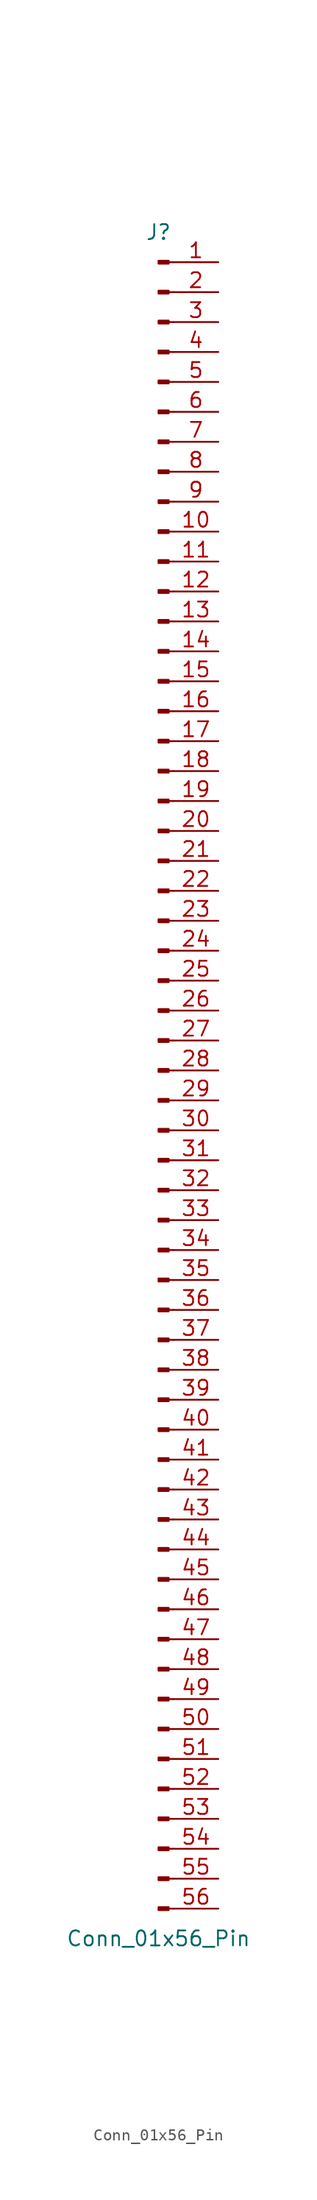
<source format=kicad_sym>
(kicad_symbol_lib
  (version 20220914)
  (generator kicad_symbol_editor)
  (symbol "Conn_01x56_Pin"
    (pin_names
      (offset 1.016) hide)
    (property "Reference" "J"
      (at 0 71.12 0)
      (effects (font (size 1.27 1.27))))
    (property "Value" "Conn_01x56_Pin"
      (at 0 -73.66 0)
      (effects (font (size 1.27 1.27))))
    (property "ki_locked" ""
      (at 0 0 0)
      (effects (font (size 1.27 1.27))))
    (symbol "Conn_01x56_Pin_1_1"
      (polyline (pts (xy 1.27 -71.12) (xy 0.864 -71.12)) (stroke (width 0.152) (type default)) (fill (type none)))
      (polyline (pts (xy 1.27 -68.58) (xy 0.864 -68.58)) (stroke (width 0.152) (type default)) (fill (type none)))
      (polyline (pts (xy 1.27 -66.04) (xy 0.864 -66.04)) (stroke (width 0.152) (type default)) (fill (type none)))
      (polyline (pts (xy 1.27 -63.5) (xy 0.864 -63.5)) (stroke (width 0.152) (type default)) (fill (type none)))
      (polyline (pts (xy 1.27 -60.96) (xy 0.864 -60.96)) (stroke (width 0.152) (type default)) (fill (type none)))
      (polyline (pts (xy 1.27 -58.42) (xy 0.864 -58.42)) (stroke (width 0.152) (type default)) (fill (type none)))
      (polyline (pts (xy 1.27 -55.88) (xy 0.864 -55.88)) (stroke (width 0.152) (type default)) (fill (type none)))
      (polyline (pts (xy 1.27 -53.34) (xy 0.864 -53.34)) (stroke (width 0.152) (type default)) (fill (type none)))
      (polyline (pts (xy 1.27 -50.8) (xy 0.864 -50.8)) (stroke (width 0.152) (type default)) (fill (type none)))
      (polyline (pts (xy 1.27 -48.26) (xy 0.864 -48.26)) (stroke (width 0.152) (type default)) (fill (type none)))
      (polyline (pts (xy 1.27 -45.72) (xy 0.864 -45.72)) (stroke (width 0.152) (type default)) (fill (type none)))
      (polyline (pts (xy 1.27 -43.18) (xy 0.864 -43.18)) (stroke (width 0.152) (type default)) (fill (type none)))
      (polyline (pts (xy 1.27 -40.64) (xy 0.864 -40.64)) (stroke (width 0.152) (type default)) (fill (type none)))
      (polyline (pts (xy 1.27 -38.1) (xy 0.864 -38.1)) (stroke (width 0.152) (type default)) (fill (type none)))
      (polyline (pts (xy 1.27 -35.56) (xy 0.864 -35.56)) (stroke (width 0.152) (type default)) (fill (type none)))
      (polyline (pts (xy 1.27 -33.02) (xy 0.864 -33.02)) (stroke (width 0.152) (type default)) (fill (type none)))
      (polyline (pts (xy 1.27 -30.48) (xy 0.864 -30.48)) (stroke (width 0.152) (type default)) (fill (type none)))
      (polyline (pts (xy 1.27 -27.94) (xy 0.864 -27.94)) (stroke (width 0.152) (type default)) (fill (type none)))
      (polyline (pts (xy 1.27 -25.4) (xy 0.864 -25.4)) (stroke (width 0.152) (type default)) (fill (type none)))
      (polyline (pts (xy 1.27 -22.86) (xy 0.864 -22.86)) (stroke (width 0.152) (type default)) (fill (type none)))
      (polyline (pts (xy 1.27 -20.32) (xy 0.864 -20.32)) (stroke (width 0.152) (type default)) (fill (type none)))
      (polyline (pts (xy 1.27 -17.78) (xy 0.864 -17.78)) (stroke (width 0.152) (type default)) (fill (type none)))
      (polyline (pts (xy 1.27 -15.24) (xy 0.864 -15.24)) (stroke (width 0.152) (type default)) (fill (type none)))
      (polyline (pts (xy 1.27 -12.7) (xy 0.864 -12.7)) (stroke (width 0.152) (type default)) (fill (type none)))
      (polyline (pts (xy 1.27 -10.16) (xy 0.864 -10.16)) (stroke (width 0.152) (type default)) (fill (type none)))
      (polyline (pts (xy 1.27 -7.62) (xy 0.864 -7.62)) (stroke (width 0.152) (type default)) (fill (type none)))
      (polyline (pts (xy 1.27 -5.08) (xy 0.864 -5.08)) (stroke (width 0.152) (type default)) (fill (type none)))
      (polyline (pts (xy 1.27 -2.54) (xy 0.864 -2.54)) (stroke (width 0.152) (type default)) (fill (type none)))
      (polyline (pts (xy 1.27 0) (xy 0.864 0)) (stroke (width 0.152) (type default)) (fill (type none)))
      (polyline (pts (xy 1.27 2.54) (xy 0.864 2.54)) (stroke (width 0.152) (type default)) (fill (type none)))
      (polyline (pts (xy 1.27 5.08) (xy 0.864 5.08)) (stroke (width 0.152) (type default)) (fill (type none)))
      (polyline (pts (xy 1.27 7.62) (xy 0.864 7.62)) (stroke (width 0.152) (type default)) (fill (type none)))
      (polyline (pts (xy 1.27 10.16) (xy 0.864 10.16)) (stroke (width 0.152) (type default)) (fill (type none)))
      (polyline (pts (xy 1.27 12.7) (xy 0.864 12.7)) (stroke (width 0.152) (type default)) (fill (type none)))
      (polyline (pts (xy 1.27 15.24) (xy 0.864 15.24)) (stroke (width 0.152) (type default)) (fill (type none)))
      (polyline (pts (xy 1.27 17.78) (xy 0.864 17.78)) (stroke (width 0.152) (type default)) (fill (type none)))
      (polyline (pts (xy 1.27 20.32) (xy 0.864 20.32)) (stroke (width 0.152) (type default)) (fill (type none)))
      (polyline (pts (xy 1.27 22.86) (xy 0.864 22.86)) (stroke (width 0.152) (type default)) (fill (type none)))
      (polyline (pts (xy 1.27 25.4) (xy 0.864 25.4)) (stroke (width 0.152) (type default)) (fill (type none)))
      (polyline (pts (xy 1.27 27.94) (xy 0.864 27.94)) (stroke (width 0.152) (type default)) (fill (type none)))
      (polyline (pts (xy 1.27 30.48) (xy 0.864 30.48)) (stroke (width 0.152) (type default)) (fill (type none)))
      (polyline (pts (xy 1.27 33.02) (xy 0.864 33.02)) (stroke (width 0.152) (type default)) (fill (type none)))
      (polyline (pts (xy 1.27 35.56) (xy 0.864 35.56)) (stroke (width 0.152) (type default)) (fill (type none)))
      (polyline (pts (xy 1.27 38.1) (xy 0.864 38.1)) (stroke (width 0.152) (type default)) (fill (type none)))
      (polyline (pts (xy 1.27 40.64) (xy 0.864 40.64)) (stroke (width 0.152) (type default)) (fill (type none)))
      (polyline (pts (xy 1.27 43.18) (xy 0.864 43.18)) (stroke (width 0.152) (type default)) (fill (type none)))
      (polyline (pts (xy 1.27 45.72) (xy 0.864 45.72)) (stroke (width 0.152) (type default)) (fill (type none)))
      (polyline (pts (xy 1.27 48.26) (xy 0.864 48.26)) (stroke (width 0.152) (type default)) (fill (type none)))
      (polyline (pts (xy 1.27 50.8) (xy 0.864 50.8)) (stroke (width 0.152) (type default)) (fill (type none)))
      (polyline (pts (xy 1.27 53.34) (xy 0.864 53.34)) (stroke (width 0.152) (type default)) (fill (type none)))
      (polyline (pts (xy 1.27 55.88) (xy 0.864 55.88)) (stroke (width 0.152) (type default)) (fill (type none)))
      (polyline (pts (xy 1.27 58.42) (xy 0.864 58.42)) (stroke (width 0.152) (type default)) (fill (type none)))
      (polyline (pts (xy 1.27 60.96) (xy 0.864 60.96)) (stroke (width 0.152) (type default)) (fill (type none)))
      (polyline (pts (xy 1.27 63.5) (xy 0.864 63.5)) (stroke (width 0.152) (type default)) (fill (type none)))
      (polyline (pts (xy 1.27 66.04) (xy 0.864 66.04)) (stroke (width 0.152) (type default)) (fill (type none)))
      (polyline (pts (xy 1.27 68.58) (xy 0.864 68.58)) (stroke (width 0.152) (type default)) (fill (type none)))
      (rectangle (start 0.864 -70.993) (end 0 -71.247) (stroke (width 0.152) (type default)) (fill (type outline)))
      (rectangle (start 0.864 -68.453) (end 0 -68.707) (stroke (width 0.152) (type default)) (fill (type outline)))
      (rectangle (start 0.864 -65.913) (end 0 -66.167) (stroke (width 0.152) (type default)) (fill (type outline)))
      (rectangle (start 0.864 -63.373) (end 0 -63.627) (stroke (width 0.152) (type default)) (fill (type outline)))
      (rectangle (start 0.864 -60.833) (end 0 -61.087) (stroke (width 0.152) (type default)) (fill (type outline)))
      (rectangle (start 0.864 -58.293) (end 0 -58.547) (stroke (width 0.152) (type default)) (fill (type outline)))
      (rectangle (start 0.864 -55.753) (end 0 -56.007) (stroke (width 0.152) (type default)) (fill (type outline)))
      (rectangle (start 0.864 -53.213) (end 0 -53.467) (stroke (width 0.152) (type default)) (fill (type outline)))
      (rectangle (start 0.864 -50.673) (end 0 -50.927) (stroke (width 0.152) (type default)) (fill (type outline)))
      (rectangle (start 0.864 -48.133) (end 0 -48.387) (stroke (width 0.152) (type default)) (fill (type outline)))
      (rectangle (start 0.864 -45.593) (end 0 -45.847) (stroke (width 0.152) (type default)) (fill (type outline)))
      (rectangle (start 0.864 -43.053) (end 0 -43.307) (stroke (width 0.152) (type default)) (fill (type outline)))
      (rectangle (start 0.864 -40.513) (end 0 -40.767) (stroke (width 0.152) (type default)) (fill (type outline)))
      (rectangle (start 0.864 -37.973) (end 0 -38.227) (stroke (width 0.152) (type default)) (fill (type outline)))
      (rectangle (start 0.864 -35.433) (end 0 -35.687) (stroke (width 0.152) (type default)) (fill (type outline)))
      (rectangle (start 0.864 -32.893) (end 0 -33.147) (stroke (width 0.152) (type default)) (fill (type outline)))
      (rectangle (start 0.864 -30.353) (end 0 -30.607) (stroke (width 0.152) (type default)) (fill (type outline)))
      (rectangle (start 0.864 -27.813) (end 0 -28.067) (stroke (width 0.152) (type default)) (fill (type outline)))
      (rectangle (start 0.864 -25.273) (end 0 -25.527) (stroke (width 0.152) (type default)) (fill (type outline)))
      (rectangle (start 0.864 -22.733) (end 0 -22.987) (stroke (width 0.152) (type default)) (fill (type outline)))
      (rectangle (start 0.864 -20.193) (end 0 -20.447) (stroke (width 0.152) (type default)) (fill (type outline)))
      (rectangle (start 0.864 -17.653) (end 0 -17.907) (stroke (width 0.152) (type default)) (fill (type outline)))
      (rectangle (start 0.864 -15.113) (end 0 -15.367) (stroke (width 0.152) (type default)) (fill (type outline)))
      (rectangle (start 0.864 -12.573) (end 0 -12.827) (stroke (width 0.152) (type default)) (fill (type outline)))
      (rectangle (start 0.864 -10.033) (end 0 -10.287) (stroke (width 0.152) (type default)) (fill (type outline)))
      (rectangle (start 0.864 -7.493) (end 0 -7.747) (stroke (width 0.152) (type default)) (fill (type outline)))
      (rectangle (start 0.864 -4.953) (end 0 -5.207) (stroke (width 0.152) (type default)) (fill (type outline)))
      (rectangle (start 0.864 -2.413) (end 0 -2.667) (stroke (width 0.152) (type default)) (fill (type outline)))
      (rectangle (start 0.864 0.127) (end 0 -0.127) (stroke (width 0.152) (type default)) (fill (type outline)))
      (rectangle (start 0.864 2.667) (end 0 2.413) (stroke (width 0.152) (type default)) (fill (type outline)))
      (rectangle (start 0.864 5.207) (end 0 4.953) (stroke (width 0.152) (type default)) (fill (type outline)))
      (rectangle (start 0.864 7.747) (end 0 7.493) (stroke (width 0.152) (type default)) (fill (type outline)))
      (rectangle (start 0.864 10.287) (end 0 10.033) (stroke (width 0.152) (type default)) (fill (type outline)))
      (rectangle (start 0.864 12.827) (end 0 12.573) (stroke (width 0.152) (type default)) (fill (type outline)))
      (rectangle (start 0.864 15.367) (end 0 15.113) (stroke (width 0.152) (type default)) (fill (type outline)))
      (rectangle (start 0.864 17.907) (end 0 17.653) (stroke (width 0.152) (type default)) (fill (type outline)))
      (rectangle (start 0.864 20.447) (end 0 20.193) (stroke (width 0.152) (type default)) (fill (type outline)))
      (rectangle (start 0.864 22.987) (end 0 22.733) (stroke (width 0.152) (type default)) (fill (type outline)))
      (rectangle (start 0.864 25.527) (end 0 25.273) (stroke (width 0.152) (type default)) (fill (type outline)))
      (rectangle (start 0.864 28.067) (end 0 27.813) (stroke (width 0.152) (type default)) (fill (type outline)))
      (rectangle (start 0.864 30.607) (end 0 30.353) (stroke (width 0.152) (type default)) (fill (type outline)))
      (rectangle (start 0.864 33.147) (end 0 32.893) (stroke (width 0.152) (type default)) (fill (type outline)))
      (rectangle (start 0.864 35.687) (end 0 35.433) (stroke (width 0.152) (type default)) (fill (type outline)))
      (rectangle (start 0.864 38.227) (end 0 37.973) (stroke (width 0.152) (type default)) (fill (type outline)))
      (rectangle (start 0.864 40.767) (end 0 40.513) (stroke (width 0.152) (type default)) (fill (type outline)))
      (rectangle (start 0.864 43.307) (end 0 43.053) (stroke (width 0.152) (type default)) (fill (type outline)))
      (rectangle (start 0.864 45.847) (end 0 45.593) (stroke (width 0.152) (type default)) (fill (type outline)))
      (rectangle (start 0.864 48.387) (end 0 48.133) (stroke (width 0.152) (type default)) (fill (type outline)))
      (rectangle (start 0.864 50.927) (end 0 50.673) (stroke (width 0.152) (type default)) (fill (type outline)))
      (rectangle (start 0.864 53.467) (end 0 53.213) (stroke (width 0.152) (type default)) (fill (type outline)))
      (rectangle (start 0.864 56.007) (end 0 55.753) (stroke (width 0.152) (type default)) (fill (type outline)))
      (rectangle (start 0.864 58.547) (end 0 58.293) (stroke (width 0.152) (type default)) (fill (type outline)))
      (rectangle (start 0.864 61.087) (end 0 60.833) (stroke (width 0.152) (type default)) (fill (type outline)))
      (rectangle (start 0.864 63.627) (end 0 63.373) (stroke (width 0.152) (type default)) (fill (type outline)))
      (rectangle (start 0.864 66.167) (end 0 65.913) (stroke (width 0.152) (type default)) (fill (type outline)))
      (rectangle (start 0.864 68.707) (end 0 68.453) (stroke (width 0.152) (type default)) (fill (type outline)))
      (pin passive line (at 5.08 68.58 180) (length 3.81) (name "Pin_1" (effects (font (size 1.27 1.27)))) (number "1" (effects (font (size 1.27 1.27)))))
      (pin passive line (at 5.08 45.72 180) (length 3.81) (name "Pin_10" (effects (font (size 1.27 1.27)))) (number "10" (effects (font (size 1.27 1.27)))))
      (pin passive line (at 5.08 43.18 180) (length 3.81) (name "Pin_11" (effects (font (size 1.27 1.27)))) (number "11" (effects (font (size 1.27 1.27)))))
      (pin passive line (at 5.08 40.64 180) (length 3.81) (name "Pin_12" (effects (font (size 1.27 1.27)))) (number "12" (effects (font (size 1.27 1.27)))))
      (pin passive line (at 5.08 38.1 180) (length 3.81) (name "Pin_13" (effects (font (size 1.27 1.27)))) (number "13" (effects (font (size 1.27 1.27)))))
      (pin passive line (at 5.08 35.56 180) (length 3.81) (name "Pin_14" (effects (font (size 1.27 1.27)))) (number "14" (effects (font (size 1.27 1.27)))))
      (pin passive line (at 5.08 33.02 180) (length 3.81) (name "Pin_15" (effects (font (size 1.27 1.27)))) (number "15" (effects (font (size 1.27 1.27)))))
      (pin passive line (at 5.08 30.48 180) (length 3.81) (name "Pin_16" (effects (font (size 1.27 1.27)))) (number "16" (effects (font (size 1.27 1.27)))))
      (pin passive line (at 5.08 27.94 180) (length 3.81) (name "Pin_17" (effects (font (size 1.27 1.27)))) (number "17" (effects (font (size 1.27 1.27)))))
      (pin passive line (at 5.08 25.4 180) (length 3.81) (name "Pin_18" (effects (font (size 1.27 1.27)))) (number "18" (effects (font (size 1.27 1.27)))))
      (pin passive line (at 5.08 22.86 180) (length 3.81) (name "Pin_19" (effects (font (size 1.27 1.27)))) (number "19" (effects (font (size 1.27 1.27)))))
      (pin passive line (at 5.08 66.04 180) (length 3.81) (name "Pin_2" (effects (font (size 1.27 1.27)))) (number "2" (effects (font (size 1.27 1.27)))))
      (pin passive line (at 5.08 20.32 180) (length 3.81) (name "Pin_20" (effects (font (size 1.27 1.27)))) (number "20" (effects (font (size 1.27 1.27)))))
      (pin passive line (at 5.08 17.78 180) (length 3.81) (name "Pin_21" (effects (font (size 1.27 1.27)))) (number "21" (effects (font (size 1.27 1.27)))))
      (pin passive line (at 5.08 15.24 180) (length 3.81) (name "Pin_22" (effects (font (size 1.27 1.27)))) (number "22" (effects (font (size 1.27 1.27)))))
      (pin passive line (at 5.08 12.7 180) (length 3.81) (name "Pin_23" (effects (font (size 1.27 1.27)))) (number "23" (effects (font (size 1.27 1.27)))))
      (pin passive line (at 5.08 10.16 180) (length 3.81) (name "Pin_24" (effects (font (size 1.27 1.27)))) (number "24" (effects (font (size 1.27 1.27)))))
      (pin passive line (at 5.08 7.62 180) (length 3.81) (name "Pin_25" (effects (font (size 1.27 1.27)))) (number "25" (effects (font (size 1.27 1.27)))))
      (pin passive line (at 5.08 5.08 180) (length 3.81) (name "Pin_26" (effects (font (size 1.27 1.27)))) (number "26" (effects (font (size 1.27 1.27)))))
      (pin passive line (at 5.08 2.54 180) (length 3.81) (name "Pin_27" (effects (font (size 1.27 1.27)))) (number "27" (effects (font (size 1.27 1.27)))))
      (pin passive line (at 5.08 0 180) (length 3.81) (name "Pin_28" (effects (font (size 1.27 1.27)))) (number "28" (effects (font (size 1.27 1.27)))))
      (pin passive line (at 5.08 -2.54 180) (length 3.81) (name "Pin_29" (effects (font (size 1.27 1.27)))) (number "29" (effects (font (size 1.27 1.27)))))
      (pin passive line (at 5.08 63.5 180) (length 3.81) (name "Pin_3" (effects (font (size 1.27 1.27)))) (number "3" (effects (font (size 1.27 1.27)))))
      (pin passive line (at 5.08 -5.08 180) (length 3.81) (name "Pin_30" (effects (font (size 1.27 1.27)))) (number "30" (effects (font (size 1.27 1.27)))))
      (pin passive line (at 5.08 -7.62 180) (length 3.81) (name "Pin_31" (effects (font (size 1.27 1.27)))) (number "31" (effects (font (size 1.27 1.27)))))
      (pin passive line (at 5.08 -10.16 180) (length 3.81) (name "Pin_32" (effects (font (size 1.27 1.27)))) (number "32" (effects (font (size 1.27 1.27)))))
      (pin passive line (at 5.08 -12.7 180) (length 3.81) (name "Pin_33" (effects (font (size 1.27 1.27)))) (number "33" (effects (font (size 1.27 1.27)))))
      (pin passive line (at 5.08 -15.24 180) (length 3.81) (name "Pin_34" (effects (font (size 1.27 1.27)))) (number "34" (effects (font (size 1.27 1.27)))))
      (pin passive line (at 5.08 -17.78 180) (length 3.81) (name "Pin_35" (effects (font (size 1.27 1.27)))) (number "35" (effects (font (size 1.27 1.27)))))
      (pin passive line (at 5.08 -20.32 180) (length 3.81) (name "Pin_36" (effects (font (size 1.27 1.27)))) (number "36" (effects (font (size 1.27 1.27)))))
      (pin passive line (at 5.08 -22.86 180) (length 3.81) (name "Pin_37" (effects (font (size 1.27 1.27)))) (number "37" (effects (font (size 1.27 1.27)))))
      (pin passive line (at 5.08 -25.4 180) (length 3.81) (name "Pin_38" (effects (font (size 1.27 1.27)))) (number "38" (effects (font (size 1.27 1.27)))))
      (pin passive line (at 5.08 -27.94 180) (length 3.81) (name "Pin_39" (effects (font (size 1.27 1.27)))) (number "39" (effects (font (size 1.27 1.27)))))
      (pin passive line (at 5.08 60.96 180) (length 3.81) (name "Pin_4" (effects (font (size 1.27 1.27)))) (number "4" (effects (font (size 1.27 1.27)))))
      (pin passive line (at 5.08 -30.48 180) (length 3.81) (name "Pin_40" (effects (font (size 1.27 1.27)))) (number "40" (effects (font (size 1.27 1.27)))))
      (pin passive line (at 5.08 -33.02 180) (length 3.81) (name "Pin_41" (effects (font (size 1.27 1.27)))) (number "41" (effects (font (size 1.27 1.27)))))
      (pin passive line (at 5.08 -35.56 180) (length 3.81) (name "Pin_42" (effects (font (size 1.27 1.27)))) (number "42" (effects (font (size 1.27 1.27)))))
      (pin passive line (at 5.08 -38.1 180) (length 3.81) (name "Pin_43" (effects (font (size 1.27 1.27)))) (number "43" (effects (font (size 1.27 1.27)))))
      (pin passive line (at 5.08 -40.64 180) (length 3.81) (name "Pin_44" (effects (font (size 1.27 1.27)))) (number "44" (effects (font (size 1.27 1.27)))))
      (pin passive line (at 5.08 -43.18 180) (length 3.81) (name "Pin_45" (effects (font (size 1.27 1.27)))) (number "45" (effects (font (size 1.27 1.27)))))
      (pin passive line (at 5.08 -45.72 180) (length 3.81) (name "Pin_46" (effects (font (size 1.27 1.27)))) (number "46" (effects (font (size 1.27 1.27)))))
      (pin passive line (at 5.08 -48.26 180) (length 3.81) (name "Pin_47" (effects (font (size 1.27 1.27)))) (number "47" (effects (font (size 1.27 1.27)))))
      (pin passive line (at 5.08 -50.8 180) (length 3.81) (name "Pin_48" (effects (font (size 1.27 1.27)))) (number "48" (effects (font (size 1.27 1.27)))))
      (pin passive line (at 5.08 -53.34 180) (length 3.81) (name "Pin_49" (effects (font (size 1.27 1.27)))) (number "49" (effects (font (size 1.27 1.27)))))
      (pin passive line (at 5.08 58.42 180) (length 3.81) (name "Pin_5" (effects (font (size 1.27 1.27)))) (number "5" (effects (font (size 1.27 1.27)))))
      (pin passive line (at 5.08 -55.88 180) (length 3.81) (name "Pin_50" (effects (font (size 1.27 1.27)))) (number "50" (effects (font (size 1.27 1.27)))))
      (pin passive line (at 5.08 -58.42 180) (length 3.81) (name "Pin_51" (effects (font (size 1.27 1.27)))) (number "51" (effects (font (size 1.27 1.27)))))
      (pin passive line (at 5.08 -60.96 180) (length 3.81) (name "Pin_52" (effects (font (size 1.27 1.27)))) (number "52" (effects (font (size 1.27 1.27)))))
      (pin passive line (at 5.08 -63.5 180) (length 3.81) (name "Pin_53" (effects (font (size 1.27 1.27)))) (number "53" (effects (font (size 1.27 1.27)))))
      (pin passive line (at 5.08 -66.04 180) (length 3.81) (name "Pin_54" (effects (font (size 1.27 1.27)))) (number "54" (effects (font (size 1.27 1.27)))))
      (pin passive line (at 5.08 -68.58 180) (length 3.81) (name "Pin_55" (effects (font (size 1.27 1.27)))) (number "55" (effects (font (size 1.27 1.27)))))
      (pin passive line (at 5.08 -71.12 180) (length 3.81) (name "Pin_56" (effects (font (size 1.27 1.27)))) (number "56" (effects (font (size 1.27 1.27)))))
      (pin passive line (at 5.08 55.88 180) (length 3.81) (name "Pin_6" (effects (font (size 1.27 1.27)))) (number "6" (effects (font (size 1.27 1.27)))))
      (pin passive line (at 5.08 53.34 180) (length 3.81) (name "Pin_7" (effects (font (size 1.27 1.27)))) (number "7" (effects (font (size 1.27 1.27)))))
      (pin passive line (at 5.08 50.8 180) (length 3.81) (name "Pin_8" (effects (font (size 1.27 1.27)))) (number "8" (effects (font (size 1.27 1.27)))))
      (pin passive line (at 5.08 48.26 180) (length 3.81) (name "Pin_9" (effects (font (size 1.27 1.27)))) (number "9" (effects (font (size 1.27 1.27))))))))
</source>
